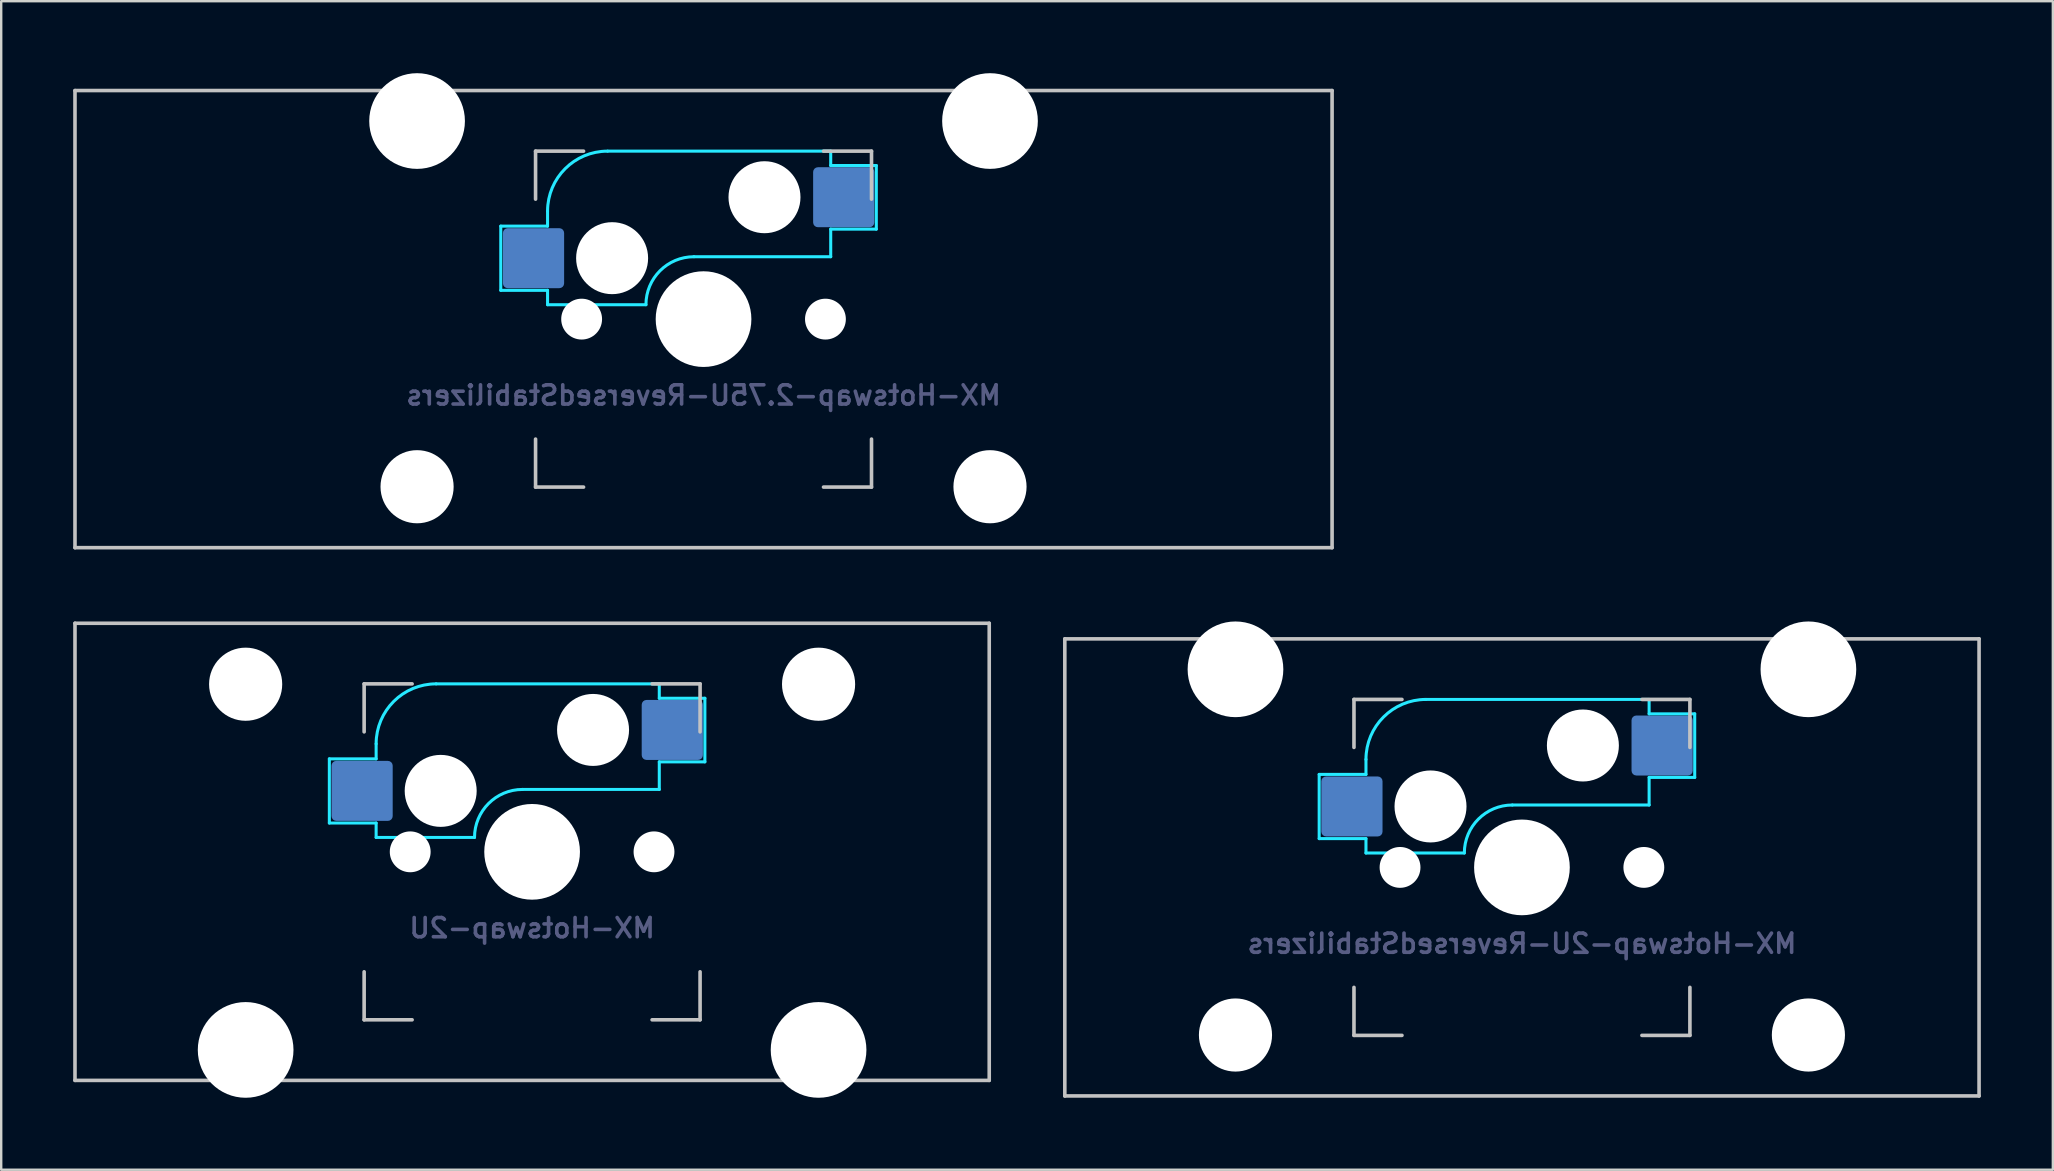
<source format=kicad_pcb>
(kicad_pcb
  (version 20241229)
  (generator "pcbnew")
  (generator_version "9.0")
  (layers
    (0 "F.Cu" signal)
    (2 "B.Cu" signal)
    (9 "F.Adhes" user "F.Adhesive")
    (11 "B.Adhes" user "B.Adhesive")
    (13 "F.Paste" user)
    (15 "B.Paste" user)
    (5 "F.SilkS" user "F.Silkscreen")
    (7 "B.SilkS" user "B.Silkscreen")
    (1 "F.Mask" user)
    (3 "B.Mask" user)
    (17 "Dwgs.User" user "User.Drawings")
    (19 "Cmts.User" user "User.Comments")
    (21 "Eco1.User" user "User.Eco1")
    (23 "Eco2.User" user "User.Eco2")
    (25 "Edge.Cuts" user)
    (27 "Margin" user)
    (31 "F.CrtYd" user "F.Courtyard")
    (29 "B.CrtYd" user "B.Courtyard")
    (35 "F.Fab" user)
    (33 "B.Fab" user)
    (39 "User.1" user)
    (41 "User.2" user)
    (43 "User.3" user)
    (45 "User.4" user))
  (footprint "MX-Hotswap-2.75U-ReversedStabilizers"
    (layer "F.Cu")
    (at 26.269 10.249)
    (property "Reference" "MX-Hotswap-2.75U-ReversedStabilizers" (at 0 3.175 0) (layer "B.Fab") (effects (font (size 0.8 0.8) (thickness 0.15)) (justify mirror)))
    (attr smd)
    (fp_line (start -26.194 9.525) (end -26.194 -9.525) (stroke (width 0.15) (type solid)) (layer "Dwgs.User"))
    (fp_line (start -7 -7) (end -7 -5) (stroke (width 0.15) (type solid)) (layer "Dwgs.User"))
    (fp_line (start -7 5) (end -7 7) (stroke (width 0.15) (type solid)) (layer "Dwgs.User"))
    (fp_line (start -7 7) (end -5 7) (stroke (width 0.15) (type solid)) (layer "Dwgs.User"))
    (fp_line (start -5 -7) (end -7 -7) (stroke (width 0.15) (type solid)) (layer "Dwgs.User"))
    (fp_line (start 5 -7) (end 7 -7) (stroke (width 0.15) (type solid)) (layer "Dwgs.User"))
    (fp_line (start 5 7) (end 7 7) (stroke (width 0.15) (type solid)) (layer "Dwgs.User"))
    (fp_line (start 7 -7) (end 7 -5) (stroke (width 0.15) (type solid)) (layer "Dwgs.User"))
    (fp_line (start 7 7) (end 7 5) (stroke (width 0.15) (type solid)) (layer "Dwgs.User"))
    (fp_line (start 26.194 -9.525) (end -26.194 -9.525) (stroke (width 0.15) (type solid)) (layer "Dwgs.User"))
    (fp_line (start 26.194 9.525) (end -26.194 9.525) (stroke (width 0.15) (type solid)) (layer "Dwgs.User"))
    (fp_line (start 26.194 9.525) (end 26.194 -9.525) (stroke (width 0.15) (type solid)) (layer "Dwgs.User"))
    (fp_line (start -8.45 -3.875) (end -8.45 -1.2) (stroke (width 0.127) (type solid)) (layer "B.CrtYd"))
    (fp_line (start -8.45 -1.2) (end -6.5 -1.2) (stroke (width 0.127) (type solid)) (layer "B.CrtYd"))
    (fp_line (start -6.5 -4.5) (end -6.5 -3.875) (stroke (width 0.127) (type solid)) (layer "B.CrtYd"))
    (fp_line (start -6.5 -3.875) (end -8.45 -3.875) (stroke (width 0.127) (type solid)) (layer "B.CrtYd"))
    (fp_line (start -6.5 -0.6) (end -6.5 -1.2) (stroke (width 0.127) (type solid)) (layer "B.CrtYd"))
    (fp_line (start -6.5 -0.6) (end -2.4 -0.6) (stroke (width 0.127) (type solid)) (layer "B.CrtYd"))
    (fp_line (start -0.4 -2.6) (end 5.3 -2.6) (stroke (width 0.127) (type solid)) (layer "B.CrtYd"))
    (fp_line (start 5.3 -7) (end -4 -7) (stroke (width 0.127) (type solid)) (layer "B.CrtYd"))
    (fp_line (start 5.3 -7) (end 5.3 -6.4) (stroke (width 0.127) (type solid)) (layer "B.CrtYd"))
    (fp_line (start 5.3 -6.4) (end 7.2 -6.4) (stroke (width 0.127) (type solid)) (layer "B.CrtYd"))
    (fp_line (start 5.3 -2.6) (end 5.3 -3.75) (stroke (width 0.127) (type solid)) (layer "B.CrtYd"))
    (fp_line (start 7.2 -6.4) (end 7.2 -3.75) (stroke (width 0.127) (type solid)) (layer "B.CrtYd"))
    (fp_line (start 7.2 -3.75) (end 5.3 -3.75) (stroke (width 0.127) (type solid)) (layer "B.CrtYd"))
    (fp_arc (start -6.5 -4.5) (mid -5.767767 -6.267767) (end -4 -7) (stroke (width 0.127) (type solid)) (layer "B.CrtYd"))
    (fp_arc (start -2.4 -0.6) (mid -1.814214 -2.014214) (end -0.4 -2.6) (stroke (width 0.127) (type solid)) (layer "B.CrtYd"))
    (pad "" np_thru_hole circle (at -11.938 -8.255) (size 3.988 3.988) (drill 3.988) (layers "*.Cu" "*.Mask"))
    (pad "" np_thru_hole circle (at -11.938 6.985) (size 3.048 3.048) (drill 3.048) (layers "*.Cu" "*.Mask"))
    (pad "" np_thru_hole circle (at -5.08 0 48.099) (size 1.702 1.702) (drill 1.702) (layers "*.Cu" "*.Mask"))
    (pad "" np_thru_hole circle (at -3.81 -2.54) (size 3 3) (drill 3) (layers "*.Cu" "*.Mask"))
    (pad "" np_thru_hole circle (at 0 0) (size 3.988 3.988) (drill 3.988) (layers "*.Cu" "*.Mask"))
    (pad "" np_thru_hole circle (at 2.54 -5.08) (size 3 3) (drill 3) (layers "*.Cu" "*.Mask"))
    (pad "" np_thru_hole circle (at 5.08 0 48.099) (size 1.702 1.702) (drill 1.702) (layers "*.Cu" "*.Mask"))
    (pad "" np_thru_hole circle (at 11.938 -8.255) (size 3.988 3.988) (drill 3.988) (layers "*.Cu" "*.Mask"))
    (pad "" np_thru_hole circle (at 11.938 6.985) (size 3.048 3.048) (drill 3.048) (layers "*.Cu" "*.Mask"))
    (pad "1" smd roundrect (at -7.085 -2.54) (size 2.55 2.5) (layers "B.Cu" "B.Mask" "B.Paste") (roundrect_rratio 0.08))
    (pad "2" smd roundrect (at 5.842 -5.08) (size 2.55 2.5) (layers "B.Cu" "B.Mask" "B.Paste") (roundrect_rratio 0.08)))
  (footprint "MX-Hotswap-2U-ReversedStabilizers"
    (layer "F.Cu")
    (at 60.375 33.098)
    (property "Reference" "MX-Hotswap-2U-ReversedStabilizers" (at 0 3.175 0) (layer "B.Fab") (effects (font (size 0.8 0.8) (thickness 0.15)) (justify mirror)))
    (attr smd)
    (fp_line (start -19.05 9.525) (end -19.05 -9.525) (stroke (width 0.15) (type solid)) (layer "Dwgs.User"))
    (fp_line (start -7 -7) (end -7 -5) (stroke (width 0.15) (type solid)) (layer "Dwgs.User"))
    (fp_line (start -7 5) (end -7 7) (stroke (width 0.15) (type solid)) (layer "Dwgs.User"))
    (fp_line (start -7 7) (end -5 7) (stroke (width 0.15) (type solid)) (layer "Dwgs.User"))
    (fp_line (start -5 -7) (end -7 -7) (stroke (width 0.15) (type solid)) (layer "Dwgs.User"))
    (fp_line (start 5 -7) (end 7 -7) (stroke (width 0.15) (type solid)) (layer "Dwgs.User"))
    (fp_line (start 5 7) (end 7 7) (stroke (width 0.15) (type solid)) (layer "Dwgs.User"))
    (fp_line (start 7 -7) (end 7 -5) (stroke (width 0.15) (type solid)) (layer "Dwgs.User"))
    (fp_line (start 7 7) (end 7 5) (stroke (width 0.15) (type solid)) (layer "Dwgs.User"))
    (fp_line (start 19.05 -9.525) (end -19.05 -9.525) (stroke (width 0.15) (type solid)) (layer "Dwgs.User"))
    (fp_line (start 19.05 9.525) (end -19.05 9.525) (stroke (width 0.15) (type solid)) (layer "Dwgs.User"))
    (fp_line (start 19.05 9.525) (end 19.05 -9.525) (stroke (width 0.15) (type solid)) (layer "Dwgs.User"))
    (fp_line (start -8.45 -3.875) (end -8.45 -1.2) (stroke (width 0.127) (type solid)) (layer "B.CrtYd"))
    (fp_line (start -8.45 -1.2) (end -6.5 -1.2) (stroke (width 0.127) (type solid)) (layer "B.CrtYd"))
    (fp_line (start -6.5 -4.5) (end -6.5 -3.875) (stroke (width 0.127) (type solid)) (layer "B.CrtYd"))
    (fp_line (start -6.5 -3.875) (end -8.45 -3.875) (stroke (width 0.127) (type solid)) (layer "B.CrtYd"))
    (fp_line (start -6.5 -0.6) (end -6.5 -1.2) (stroke (width 0.127) (type solid)) (layer "B.CrtYd"))
    (fp_line (start -6.5 -0.6) (end -2.4 -0.6) (stroke (width 0.127) (type solid)) (layer "B.CrtYd"))
    (fp_line (start -0.4 -2.6) (end 5.3 -2.6) (stroke (width 0.127) (type solid)) (layer "B.CrtYd"))
    (fp_line (start 5.3 -7) (end -4 -7) (stroke (width 0.127) (type solid)) (layer "B.CrtYd"))
    (fp_line (start 5.3 -7) (end 5.3 -6.4) (stroke (width 0.127) (type solid)) (layer "B.CrtYd"))
    (fp_line (start 5.3 -6.4) (end 7.2 -6.4) (stroke (width 0.127) (type solid)) (layer "B.CrtYd"))
    (fp_line (start 5.3 -2.6) (end 5.3 -3.75) (stroke (width 0.127) (type solid)) (layer "B.CrtYd"))
    (fp_line (start 7.2 -6.4) (end 7.2 -3.75) (stroke (width 0.127) (type solid)) (layer "B.CrtYd"))
    (fp_line (start 7.2 -3.75) (end 5.3 -3.75) (stroke (width 0.127) (type solid)) (layer "B.CrtYd"))
    (fp_arc (start -6.5 -4.5) (mid -5.767767 -6.267767) (end -4 -7) (stroke (width 0.127) (type solid)) (layer "B.CrtYd"))
    (fp_arc (start -2.4 -0.6) (mid -1.814214 -2.014214) (end -0.4 -2.6) (stroke (width 0.127) (type solid)) (layer "B.CrtYd"))
    (pad "" np_thru_hole circle (at -11.938 -8.255) (size 3.988 3.988) (drill 3.988) (layers "*.Cu" "*.Mask"))
    (pad "" np_thru_hole circle (at -11.938 6.985) (size 3.048 3.048) (drill 3.048) (layers "*.Cu" "*.Mask"))
    (pad "" np_thru_hole circle (at -5.08 0 48.099) (size 1.702 1.702) (drill 1.702) (layers "*.Cu" "*.Mask"))
    (pad "" np_thru_hole circle (at -3.81 -2.54) (size 3 3) (drill 3) (layers "*.Cu" "*.Mask"))
    (pad "" np_thru_hole circle (at 0 0) (size 3.988 3.988) (drill 3.988) (layers "*.Cu" "*.Mask"))
    (pad "" np_thru_hole circle (at 2.54 -5.08) (size 3 3) (drill 3) (layers "*.Cu" "*.Mask"))
    (pad "" np_thru_hole circle (at 5.08 0 48.099) (size 1.702 1.702) (drill 1.702) (layers "*.Cu" "*.Mask"))
    (pad "" np_thru_hole circle (at 11.938 -8.255) (size 3.988 3.988) (drill 3.988) (layers "*.Cu" "*.Mask"))
    (pad "" np_thru_hole circle (at 11.938 6.985) (size 3.048 3.048) (drill 3.048) (layers "*.Cu" "*.Mask"))
    (pad "1" smd roundrect (at -7.085 -2.54) (size 2.55 2.5) (layers "B.Cu" "B.Mask" "B.Paste") (roundrect_rratio 0.08))
    (pad "2" smd roundrect (at 5.842 -5.08) (size 2.55 2.5) (layers "B.Cu" "B.Mask" "B.Paste") (roundrect_rratio 0.08)))
  (footprint "MX-Hotswap-2U"
    (layer "F.Cu")
    (at 19.125 32.449)
    (property "Reference" "MX-Hotswap-2U" (at 0 3.175 0) (layer "B.Fab") (effects (font (size 0.8 0.8) (thickness 0.15)) (justify mirror)))
    (attr smd)
    (fp_line (start -19.05 9.525) (end -19.05 -9.525) (stroke (width 0.15) (type solid)) (layer "Dwgs.User"))
    (fp_line (start -7 -7) (end -7 -5) (stroke (width 0.15) (type solid)) (layer "Dwgs.User"))
    (fp_line (start -7 5) (end -7 7) (stroke (width 0.15) (type solid)) (layer "Dwgs.User"))
    (fp_line (start -7 7) (end -5 7) (stroke (width 0.15) (type solid)) (layer "Dwgs.User"))
    (fp_line (start -5 -7) (end -7 -7) (stroke (width 0.15) (type solid)) (layer "Dwgs.User"))
    (fp_line (start 5 -7) (end 7 -7) (stroke (width 0.15) (type solid)) (layer "Dwgs.User"))
    (fp_line (start 5 7) (end 7 7) (stroke (width 0.15) (type solid)) (layer "Dwgs.User"))
    (fp_line (start 7 -7) (end 7 -5) (stroke (width 0.15) (type solid)) (layer "Dwgs.User"))
    (fp_line (start 7 7) (end 7 5) (stroke (width 0.15) (type solid)) (layer "Dwgs.User"))
    (fp_line (start 19.05 -9.525) (end -19.05 -9.525) (stroke (width 0.15) (type solid)) (layer "Dwgs.User"))
    (fp_line (start 19.05 9.525) (end -19.05 9.525) (stroke (width 0.15) (type solid)) (layer "Dwgs.User"))
    (fp_line (start 19.05 9.525) (end 19.05 -9.525) (stroke (width 0.15) (type solid)) (layer "Dwgs.User"))
    (fp_line (start -8.45 -3.875) (end -8.45 -1.2) (stroke (width 0.127) (type solid)) (layer "B.CrtYd"))
    (fp_line (start -8.45 -1.2) (end -6.5 -1.2) (stroke (width 0.127) (type solid)) (layer "B.CrtYd"))
    (fp_line (start -6.5 -4.5) (end -6.5 -3.875) (stroke (width 0.127) (type solid)) (layer "B.CrtYd"))
    (fp_line (start -6.5 -3.875) (end -8.45 -3.875) (stroke (width 0.127) (type solid)) (layer "B.CrtYd"))
    (fp_line (start -6.5 -0.6) (end -6.5 -1.2) (stroke (width 0.127) (type solid)) (layer "B.CrtYd"))
    (fp_line (start -6.5 -0.6) (end -2.4 -0.6) (stroke (width 0.127) (type solid)) (layer "B.CrtYd"))
    (fp_line (start -0.4 -2.6) (end 5.3 -2.6) (stroke (width 0.127) (type solid)) (layer "B.CrtYd"))
    (fp_line (start 5.3 -7) (end -4 -7) (stroke (width 0.127) (type solid)) (layer "B.CrtYd"))
    (fp_line (start 5.3 -7) (end 5.3 -6.4) (stroke (width 0.127) (type solid)) (layer "B.CrtYd"))
    (fp_line (start 5.3 -6.4) (end 7.2 -6.4) (stroke (width 0.127) (type solid)) (layer "B.CrtYd"))
    (fp_line (start 5.3 -2.6) (end 5.3 -3.75) (stroke (width 0.127) (type solid)) (layer "B.CrtYd"))
    (fp_line (start 7.2 -6.4) (end 7.2 -3.75) (stroke (width 0.127) (type solid)) (layer "B.CrtYd"))
    (fp_line (start 7.2 -3.75) (end 5.3 -3.75) (stroke (width 0.127) (type solid)) (layer "B.CrtYd"))
    (fp_arc (start -6.5 -4.5) (mid -5.767767 -6.267767) (end -4 -7) (stroke (width 0.127) (type solid)) (layer "B.CrtYd"))
    (fp_arc (start -2.4 -0.6) (mid -1.814214 -2.014214) (end -0.4 -2.6) (stroke (width 0.127) (type solid)) (layer "B.CrtYd"))
    (pad "" np_thru_hole circle (at -11.938 -6.985) (size 3.048 3.048) (drill 3.048) (layers "*.Cu" "*.Mask"))
    (pad "" np_thru_hole circle (at -11.938 8.255) (size 3.988 3.988) (drill 3.988) (layers "*.Cu" "*.Mask"))
    (pad "" np_thru_hole circle (at -5.08 0 48.099) (size 1.702 1.702) (drill 1.702) (layers "*.Cu" "*.Mask"))
    (pad "" np_thru_hole circle (at -3.81 -2.54) (size 3 3) (drill 3) (layers "*.Cu" "*.Mask"))
    (pad "" np_thru_hole circle (at 0 0) (size 3.988 3.988) (drill 3.988) (layers "*.Cu" "*.Mask"))
    (pad "" np_thru_hole circle (at 2.54 -5.08) (size 3 3) (drill 3) (layers "*.Cu" "*.Mask"))
    (pad "" np_thru_hole circle (at 5.08 0 48.099) (size 1.702 1.702) (drill 1.702) (layers "*.Cu" "*.Mask"))
    (pad "" np_thru_hole circle (at 11.938 -6.985) (size 3.048 3.048) (drill 3.048) (layers "*.Cu" "*.Mask"))
    (pad "" np_thru_hole circle (at 11.938 8.255) (size 3.988 3.988) (drill 3.988) (layers "*.Cu" "*.Mask"))
    (pad "1" smd roundrect (at -7.085 -2.54) (size 2.55 2.5) (layers "B.Cu" "B.Mask" "B.Paste") (roundrect_rratio 0.08))
    (pad "2" smd roundrect (at 5.842 -5.08) (size 2.55 2.5) (layers "B.Cu" "B.Mask" "B.Paste") (roundrect_rratio 0.08)))
  (gr_rect
    (start -3 -3)
    (end 82.5 45.698)
    (stroke (width 0.1) (type default))
    (fill no)
    (layer "Edge.Cuts")))
</source>
